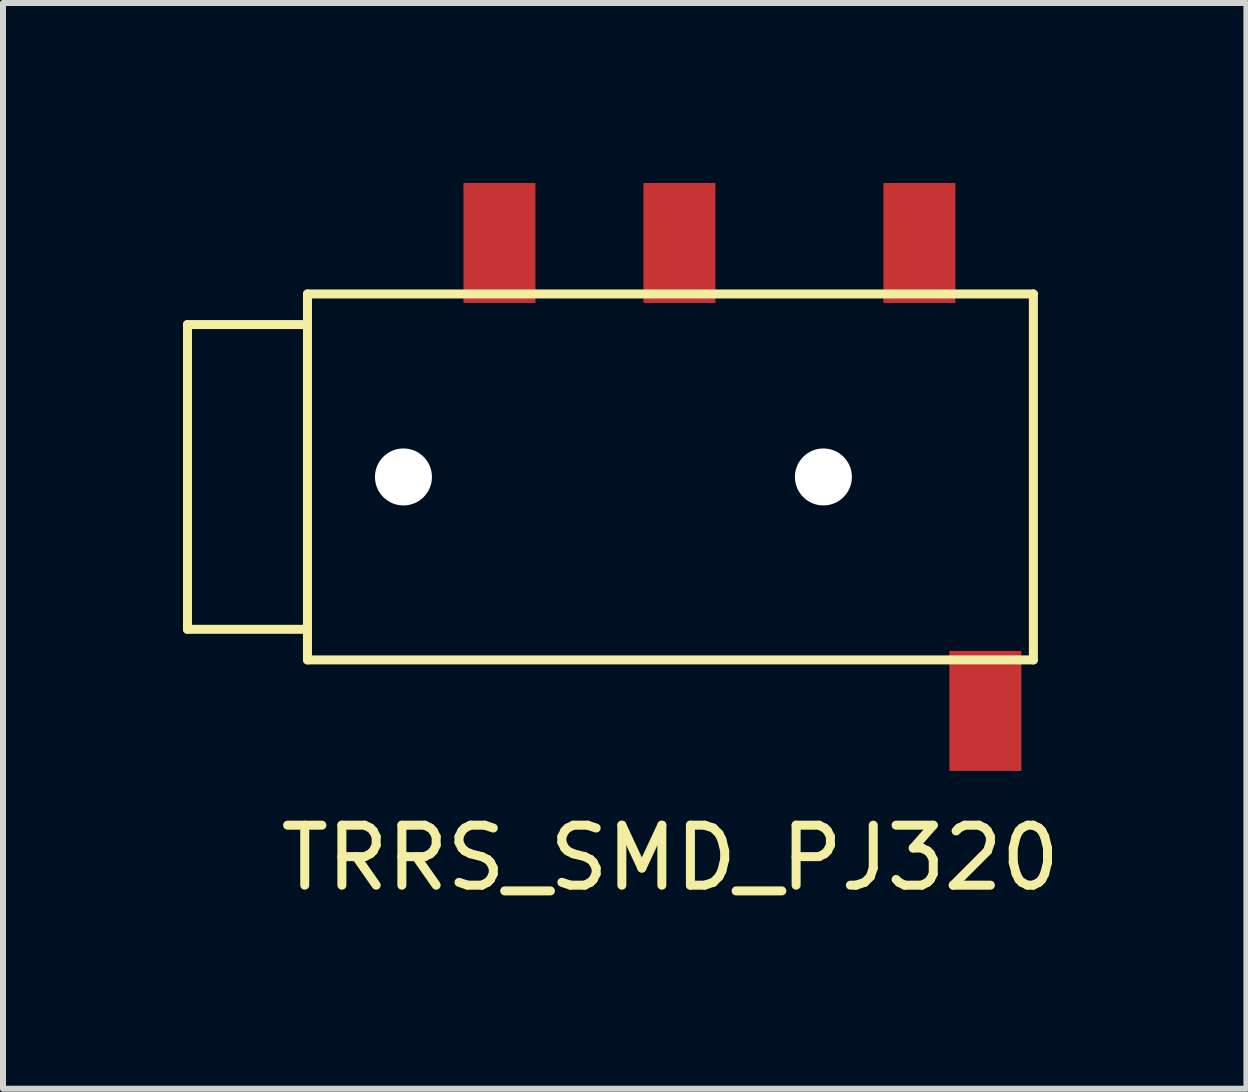
<source format=kicad_pcb>
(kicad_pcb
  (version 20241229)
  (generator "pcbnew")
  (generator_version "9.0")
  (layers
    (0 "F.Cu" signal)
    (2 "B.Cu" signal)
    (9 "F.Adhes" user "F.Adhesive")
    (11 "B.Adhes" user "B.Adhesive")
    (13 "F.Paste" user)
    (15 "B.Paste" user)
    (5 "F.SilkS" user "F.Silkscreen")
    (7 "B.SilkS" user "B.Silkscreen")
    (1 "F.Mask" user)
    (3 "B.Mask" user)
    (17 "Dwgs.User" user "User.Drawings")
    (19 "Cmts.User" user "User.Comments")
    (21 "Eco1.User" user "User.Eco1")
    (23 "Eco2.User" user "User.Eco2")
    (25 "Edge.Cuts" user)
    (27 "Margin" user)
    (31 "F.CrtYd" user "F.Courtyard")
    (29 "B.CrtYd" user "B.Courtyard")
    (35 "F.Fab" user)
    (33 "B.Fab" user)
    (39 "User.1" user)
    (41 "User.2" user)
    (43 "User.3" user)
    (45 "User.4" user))
  (footprint "TRRS_SMD_PJ320"
    (layer "F.Cu")
    (at 8.125 4.9)
    (property "Reference" "TRRS_SMD_PJ320" (at 0 6.35 0) (layer "F.SilkS") (effects (font (size 1 1) (thickness 0.15))))
    (attr through_hole)
    (fp_line (start -8.05 -2.54) (end -8.05 2.54) (stroke (width 0.15) (type solid)) (layer "F.SilkS"))
    (fp_line (start -8.05 2.54) (end -6.05 2.54) (stroke (width 0.15) (type solid)) (layer "F.SilkS"))
    (fp_line (start -6.05 -3.05) (end 6.05 -3.05) (stroke (width 0.15) (type solid)) (layer "F.SilkS"))
    (fp_line (start -6.05 -2.54) (end -8.05 -2.54) (stroke (width 0.15) (type solid)) (layer "F.SilkS"))
    (fp_line (start -6.05 3.05) (end -6.05 -3.05) (stroke (width 0.15) (type solid)) (layer "F.SilkS"))
    (fp_line (start 6.05 -3.05) (end 6.05 3.05) (stroke (width 0.15) (type solid)) (layer "F.SilkS"))
    (fp_line (start 6.05 3.05) (end -6.05 3.05) (stroke (width 0.15) (type solid)) (layer "F.SilkS"))
    (pad "" np_thru_hole circle (at -4.45 0) (size 0.95 0.95) (drill 0.95) (layers "*.Cu" "*.Mask"))
    (pad "" np_thru_hole circle (at 2.55 0) (size 0.95 0.95) (drill 0.95) (layers "*.Cu" "*.Mask"))
    (pad "R1" smd rect (at 0.15 -3.9) (size 1.2 2) (layers "F.Cu" "F.Mask" "F.Paste"))
    (pad "R2" smd rect (at -2.85 -3.9) (size 1.2 2) (layers "F.Cu" "F.Mask" "F.Paste"))
    (pad "S" smd rect (at 5.25 3.9) (size 1.2 2) (layers "F.Cu" "F.Mask" "F.Paste"))
    (pad "T" smd rect (at 4.15 -3.9) (size 1.2 2) (layers "F.Cu" "F.Mask" "F.Paste")))
  (gr_rect
    (start -3 -3)
    (end 17.726 15.098)
    (stroke (width 0.1) (type default))
    (fill no)
    (layer "Edge.Cuts")))
</source>
